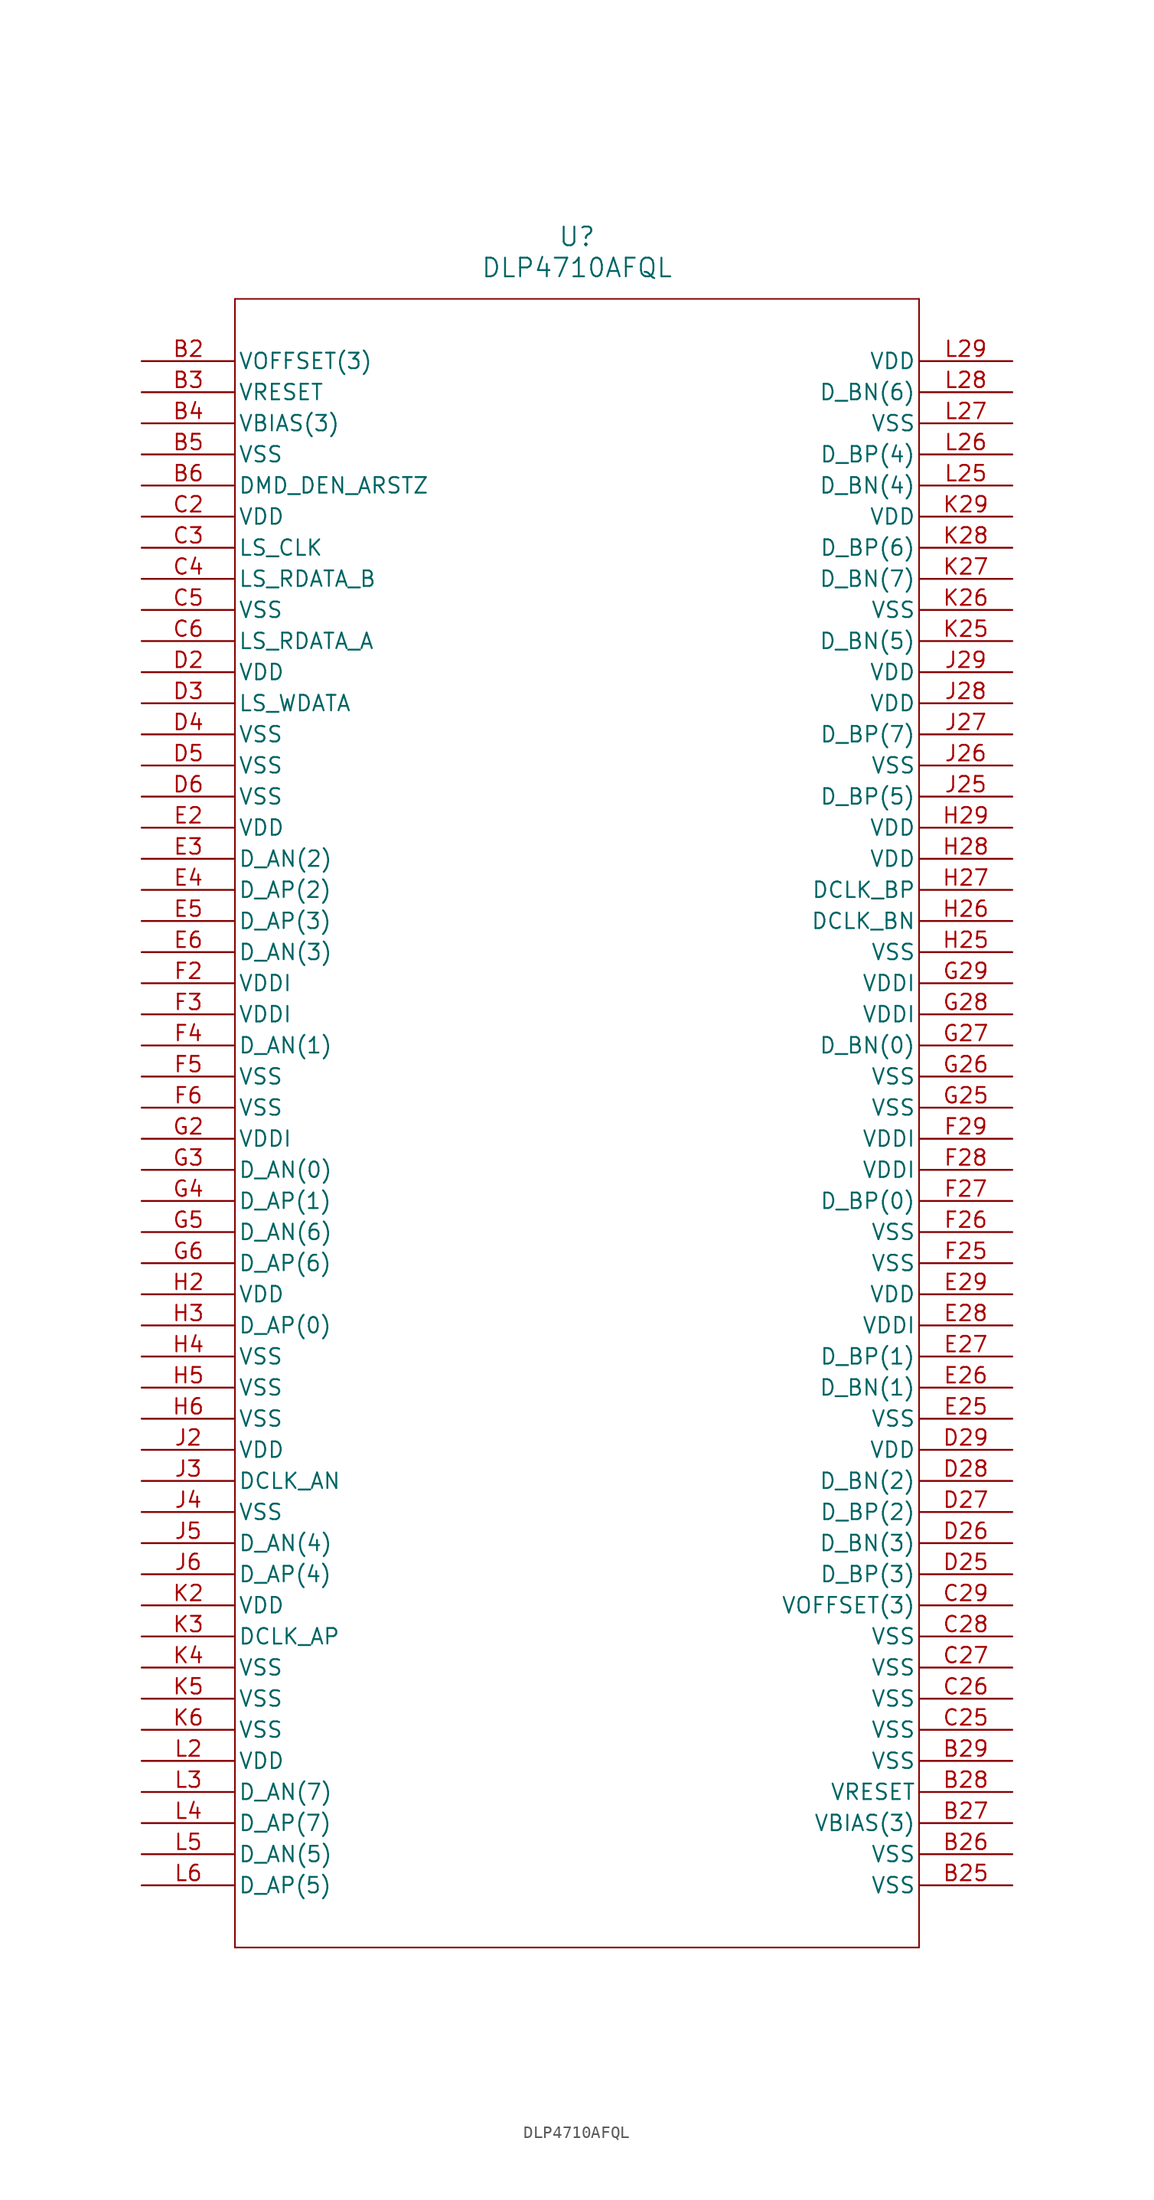
<source format=kicad_sym>
(kicad_symbol_lib
  (version 20211014)
  (generator kicad_symbol_editor)
  (symbol "DLP4710AFQL"
    (pin_names
      (offset 0.254))
    (property "Reference" "U"
      (at 35.56 10.16 0)
      (effects (font (size 1.524 1.524))))
    (property "Value" "DLP4710AFQL"
      (at 35.56 7.62 0)
      (effects (font (size 1.524 1.524))))
    (polyline
      (pts (xy 7.62 5.08) (xy 7.62 -129.54))
      (stroke (width 0.127) (type default) (color 0 0 0 0))
      (fill (type none)))
    (polyline
      (pts (xy 7.62 -129.54) (xy 63.5 -129.54))
      (stroke (width 0.127) (type default) (color 0 0 0 0))
      (fill (type none)))
    (polyline
      (pts (xy 63.5 -129.54) (xy 63.5 5.08))
      (stroke (width 0.127) (type default) (color 0 0 0 0))
      (fill (type none)))
    (polyline
      (pts (xy 63.5 5.08) (xy 7.62 5.08))
      (stroke (width 0.127) (type default) (color 0 0 0 0))
      (fill (type none)))
    (pin power_in line
      (at 0 0 0)
      (length 7.62)
      (name "VOFFSET(3)" (effects (font (size 1.27 1.27))))
      (number "B2" (effects (font (size 1.27 1.27)))))
    (pin power_in line
      (at 0 -2.54 0)
      (length 7.62)
      (name "VRESET" (effects (font (size 1.27 1.27))))
      (number "B3" (effects (font (size 1.27 1.27)))))
    (pin power_in line
      (at 0 -5.08 0)
      (length 7.62)
      (name "VBIAS(3)" (effects (font (size 1.27 1.27))))
      (number "B4" (effects (font (size 1.27 1.27)))))
    (pin power_out line
      (at 0 -7.62 0)
      (length 7.62)
      (name "VSS" (effects (font (size 1.27 1.27))))
      (number "B5" (effects (font (size 1.27 1.27)))))
    (pin input line
      (at 0 -10.16 0)
      (length 7.62)
      (name "DMD_DEN_ARSTZ" (effects (font (size 1.27 1.27))))
      (number "B6" (effects (font (size 1.27 1.27)))))
    (pin power_in line
      (at 0 -12.7 0)
      (length 7.62)
      (name "VDD" (effects (font (size 1.27 1.27))))
      (number "C2" (effects (font (size 1.27 1.27)))))
    (pin input line
      (at 0 -15.24 0)
      (length 7.62)
      (name "LS_CLK" (effects (font (size 1.27 1.27))))
      (number "C3" (effects (font (size 1.27 1.27)))))
    (pin output line
      (at 0 -17.78 0)
      (length 7.62)
      (name "LS_RDATA_B" (effects (font (size 1.27 1.27))))
      (number "C4" (effects (font (size 1.27 1.27)))))
    (pin power_out line
      (at 0 -20.32 0)
      (length 7.62)
      (name "VSS" (effects (font (size 1.27 1.27))))
      (number "C5" (effects (font (size 1.27 1.27)))))
    (pin output line
      (at 0 -22.86 0)
      (length 7.62)
      (name "LS_RDATA_A" (effects (font (size 1.27 1.27))))
      (number "C6" (effects (font (size 1.27 1.27)))))
    (pin power_in line
      (at 0 -25.4 0)
      (length 7.62)
      (name "VDD" (effects (font (size 1.27 1.27))))
      (number "D2" (effects (font (size 1.27 1.27)))))
    (pin input line
      (at 0 -27.94 0)
      (length 7.62)
      (name "LS_WDATA" (effects (font (size 1.27 1.27))))
      (number "D3" (effects (font (size 1.27 1.27)))))
    (pin power_out line
      (at 0 -30.48 0)
      (length 7.62)
      (name "VSS" (effects (font (size 1.27 1.27))))
      (number "D4" (effects (font (size 1.27 1.27)))))
    (pin power_out line
      (at 0 -33.02 0)
      (length 7.62)
      (name "VSS" (effects (font (size 1.27 1.27))))
      (number "D5" (effects (font (size 1.27 1.27)))))
    (pin power_out line
      (at 0 -35.56 0)
      (length 7.62)
      (name "VSS" (effects (font (size 1.27 1.27))))
      (number "D6" (effects (font (size 1.27 1.27)))))
    (pin power_in line
      (at 0 -38.1 0)
      (length 7.62)
      (name "VDD" (effects (font (size 1.27 1.27))))
      (number "E2" (effects (font (size 1.27 1.27)))))
    (pin input line
      (at 0 -40.64 0)
      (length 7.62)
      (name "D_AN(2)" (effects (font (size 1.27 1.27))))
      (number "E3" (effects (font (size 1.27 1.27)))))
    (pin input line
      (at 0 -43.18 0)
      (length 7.62)
      (name "D_AP(2)" (effects (font (size 1.27 1.27))))
      (number "E4" (effects (font (size 1.27 1.27)))))
    (pin input line
      (at 0 -45.72 0)
      (length 7.62)
      (name "D_AP(3)" (effects (font (size 1.27 1.27))))
      (number "E5" (effects (font (size 1.27 1.27)))))
    (pin input line
      (at 0 -48.26 0)
      (length 7.62)
      (name "D_AN(3)" (effects (font (size 1.27 1.27))))
      (number "E6" (effects (font (size 1.27 1.27)))))
    (pin power_in line
      (at 0 -50.8 0)
      (length 7.62)
      (name "VDDI" (effects (font (size 1.27 1.27))))
      (number "F2" (effects (font (size 1.27 1.27)))))
    (pin power_in line
      (at 0 -53.34 0)
      (length 7.62)
      (name "VDDI" (effects (font (size 1.27 1.27))))
      (number "F3" (effects (font (size 1.27 1.27)))))
    (pin input line
      (at 0 -55.88 0)
      (length 7.62)
      (name "D_AN(1)" (effects (font (size 1.27 1.27))))
      (number "F4" (effects (font (size 1.27 1.27)))))
    (pin power_out line
      (at 0 -58.42 0)
      (length 7.62)
      (name "VSS" (effects (font (size 1.27 1.27))))
      (number "F5" (effects (font (size 1.27 1.27)))))
    (pin power_out line
      (at 0 -60.96 0)
      (length 7.62)
      (name "VSS" (effects (font (size 1.27 1.27))))
      (number "F6" (effects (font (size 1.27 1.27)))))
    (pin power_in line
      (at 0 -63.5 0)
      (length 7.62)
      (name "VDDI" (effects (font (size 1.27 1.27))))
      (number "G2" (effects (font (size 1.27 1.27)))))
    (pin input line
      (at 0 -66.04 0)
      (length 7.62)
      (name "D_AN(0)" (effects (font (size 1.27 1.27))))
      (number "G3" (effects (font (size 1.27 1.27)))))
    (pin input line
      (at 0 -68.58 0)
      (length 7.62)
      (name "D_AP(1)" (effects (font (size 1.27 1.27))))
      (number "G4" (effects (font (size 1.27 1.27)))))
    (pin input line
      (at 0 -71.12 0)
      (length 7.62)
      (name "D_AN(6)" (effects (font (size 1.27 1.27))))
      (number "G5" (effects (font (size 1.27 1.27)))))
    (pin input line
      (at 0 -73.66 0)
      (length 7.62)
      (name "D_AP(6)" (effects (font (size 1.27 1.27))))
      (number "G6" (effects (font (size 1.27 1.27)))))
    (pin power_in line
      (at 0 -76.2 0)
      (length 7.62)
      (name "VDD" (effects (font (size 1.27 1.27))))
      (number "H2" (effects (font (size 1.27 1.27)))))
    (pin input line
      (at 0 -78.74 0)
      (length 7.62)
      (name "D_AP(0)" (effects (font (size 1.27 1.27))))
      (number "H3" (effects (font (size 1.27 1.27)))))
    (pin power_out line
      (at 0 -81.28 0)
      (length 7.62)
      (name "VSS" (effects (font (size 1.27 1.27))))
      (number "H4" (effects (font (size 1.27 1.27)))))
    (pin power_out line
      (at 0 -83.82 0)
      (length 7.62)
      (name "VSS" (effects (font (size 1.27 1.27))))
      (number "H5" (effects (font (size 1.27 1.27)))))
    (pin power_out line
      (at 0 -86.36 0)
      (length 7.62)
      (name "VSS" (effects (font (size 1.27 1.27))))
      (number "H6" (effects (font (size 1.27 1.27)))))
    (pin power_in line
      (at 0 -88.9 0)
      (length 7.62)
      (name "VDD" (effects (font (size 1.27 1.27))))
      (number "J2" (effects (font (size 1.27 1.27)))))
    (pin input line
      (at 0 -91.44 0)
      (length 7.62)
      (name "DCLK_AN" (effects (font (size 1.27 1.27))))
      (number "J3" (effects (font (size 1.27 1.27)))))
    (pin power_out line
      (at 0 -93.98 0)
      (length 7.62)
      (name "VSS" (effects (font (size 1.27 1.27))))
      (number "J4" (effects (font (size 1.27 1.27)))))
    (pin input line
      (at 0 -96.52 0)
      (length 7.62)
      (name "D_AN(4)" (effects (font (size 1.27 1.27))))
      (number "J5" (effects (font (size 1.27 1.27)))))
    (pin input line
      (at 0 -99.06 0)
      (length 7.62)
      (name "D_AP(4)" (effects (font (size 1.27 1.27))))
      (number "J6" (effects (font (size 1.27 1.27)))))
    (pin power_in line
      (at 0 -101.6 0)
      (length 7.62)
      (name "VDD" (effects (font (size 1.27 1.27))))
      (number "K2" (effects (font (size 1.27 1.27)))))
    (pin input line
      (at 0 -104.14 0)
      (length 7.62)
      (name "DCLK_AP" (effects (font (size 1.27 1.27))))
      (number "K3" (effects (font (size 1.27 1.27)))))
    (pin power_out line
      (at 0 -106.68 0)
      (length 7.62)
      (name "VSS" (effects (font (size 1.27 1.27))))
      (number "K4" (effects (font (size 1.27 1.27)))))
    (pin power_out line
      (at 0 -109.22 0)
      (length 7.62)
      (name "VSS" (effects (font (size 1.27 1.27))))
      (number "K5" (effects (font (size 1.27 1.27)))))
    (pin power_out line
      (at 0 -111.76 0)
      (length 7.62)
      (name "VSS" (effects (font (size 1.27 1.27))))
      (number "K6" (effects (font (size 1.27 1.27)))))
    (pin power_in line
      (at 0 -114.3 0)
      (length 7.62)
      (name "VDD" (effects (font (size 1.27 1.27))))
      (number "L2" (effects (font (size 1.27 1.27)))))
    (pin input line
      (at 0 -116.84 0)
      (length 7.62)
      (name "D_AN(7)" (effects (font (size 1.27 1.27))))
      (number "L3" (effects (font (size 1.27 1.27)))))
    (pin input line
      (at 0 -119.38 0)
      (length 7.62)
      (name "D_AP(7)" (effects (font (size 1.27 1.27))))
      (number "L4" (effects (font (size 1.27 1.27)))))
    (pin input line
      (at 0 -121.92 0)
      (length 7.62)
      (name "D_AN(5)" (effects (font (size 1.27 1.27))))
      (number "L5" (effects (font (size 1.27 1.27)))))
    (pin input line
      (at 0 -124.46 0)
      (length 7.62)
      (name "D_AP(5)" (effects (font (size 1.27 1.27))))
      (number "L6" (effects (font (size 1.27 1.27)))))
    (pin power_out line
      (at 71.12 -124.46 180)
      (length 7.62)
      (name "VSS" (effects (font (size 1.27 1.27))))
      (number "B25" (effects (font (size 1.27 1.27)))))
    (pin power_out line
      (at 71.12 -121.92 180)
      (length 7.62)
      (name "VSS" (effects (font (size 1.27 1.27))))
      (number "B26" (effects (font (size 1.27 1.27)))))
    (pin power_in line
      (at 71.12 -119.38 180)
      (length 7.62)
      (name "VBIAS(3)" (effects (font (size 1.27 1.27))))
      (number "B27" (effects (font (size 1.27 1.27)))))
    (pin power_in line
      (at 71.12 -116.84 180)
      (length 7.62)
      (name "VRESET" (effects (font (size 1.27 1.27))))
      (number "B28" (effects (font (size 1.27 1.27)))))
    (pin power_out line
      (at 71.12 -114.3 180)
      (length 7.62)
      (name "VSS" (effects (font (size 1.27 1.27))))
      (number "B29" (effects (font (size 1.27 1.27)))))
    (pin power_out line
      (at 71.12 -111.76 180)
      (length 7.62)
      (name "VSS" (effects (font (size 1.27 1.27))))
      (number "C25" (effects (font (size 1.27 1.27)))))
    (pin power_out line
      (at 71.12 -109.22 180)
      (length 7.62)
      (name "VSS" (effects (font (size 1.27 1.27))))
      (number "C26" (effects (font (size 1.27 1.27)))))
    (pin power_out line
      (at 71.12 -106.68 180)
      (length 7.62)
      (name "VSS" (effects (font (size 1.27 1.27))))
      (number "C27" (effects (font (size 1.27 1.27)))))
    (pin power_out line
      (at 71.12 -104.14 180)
      (length 7.62)
      (name "VSS" (effects (font (size 1.27 1.27))))
      (number "C28" (effects (font (size 1.27 1.27)))))
    (pin power_in line
      (at 71.12 -101.6 180)
      (length 7.62)
      (name "VOFFSET(3)" (effects (font (size 1.27 1.27))))
      (number "C29" (effects (font (size 1.27 1.27)))))
    (pin input line
      (at 71.12 -99.06 180)
      (length 7.62)
      (name "D_BP(3)" (effects (font (size 1.27 1.27))))
      (number "D25" (effects (font (size 1.27 1.27)))))
    (pin input line
      (at 71.12 -96.52 180)
      (length 7.62)
      (name "D_BN(3)" (effects (font (size 1.27 1.27))))
      (number "D26" (effects (font (size 1.27 1.27)))))
    (pin input line
      (at 71.12 -93.98 180)
      (length 7.62)
      (name "D_BP(2)" (effects (font (size 1.27 1.27))))
      (number "D27" (effects (font (size 1.27 1.27)))))
    (pin input line
      (at 71.12 -91.44 180)
      (length 7.62)
      (name "D_BN(2)" (effects (font (size 1.27 1.27))))
      (number "D28" (effects (font (size 1.27 1.27)))))
    (pin power_in line
      (at 71.12 -88.9 180)
      (length 7.62)
      (name "VDD" (effects (font (size 1.27 1.27))))
      (number "D29" (effects (font (size 1.27 1.27)))))
    (pin power_out line
      (at 71.12 -86.36 180)
      (length 7.62)
      (name "VSS" (effects (font (size 1.27 1.27))))
      (number "E25" (effects (font (size 1.27 1.27)))))
    (pin input line
      (at 71.12 -83.82 180)
      (length 7.62)
      (name "D_BN(1)" (effects (font (size 1.27 1.27))))
      (number "E26" (effects (font (size 1.27 1.27)))))
    (pin input line
      (at 71.12 -81.28 180)
      (length 7.62)
      (name "D_BP(1)" (effects (font (size 1.27 1.27))))
      (number "E27" (effects (font (size 1.27 1.27)))))
    (pin power_in line
      (at 71.12 -78.74 180)
      (length 7.62)
      (name "VDDI" (effects (font (size 1.27 1.27))))
      (number "E28" (effects (font (size 1.27 1.27)))))
    (pin power_in line
      (at 71.12 -76.2 180)
      (length 7.62)
      (name "VDD" (effects (font (size 1.27 1.27))))
      (number "E29" (effects (font (size 1.27 1.27)))))
    (pin power_out line
      (at 71.12 -73.66 180)
      (length 7.62)
      (name "VSS" (effects (font (size 1.27 1.27))))
      (number "F25" (effects (font (size 1.27 1.27)))))
    (pin power_out line
      (at 71.12 -71.12 180)
      (length 7.62)
      (name "VSS" (effects (font (size 1.27 1.27))))
      (number "F26" (effects (font (size 1.27 1.27)))))
    (pin input line
      (at 71.12 -68.58 180)
      (length 7.62)
      (name "D_BP(0)" (effects (font (size 1.27 1.27))))
      (number "F27" (effects (font (size 1.27 1.27)))))
    (pin power_in line
      (at 71.12 -66.04 180)
      (length 7.62)
      (name "VDDI" (effects (font (size 1.27 1.27))))
      (number "F28" (effects (font (size 1.27 1.27)))))
    (pin power_in line
      (at 71.12 -63.5 180)
      (length 7.62)
      (name "VDDI" (effects (font (size 1.27 1.27))))
      (number "F29" (effects (font (size 1.27 1.27)))))
    (pin power_out line
      (at 71.12 -60.96 180)
      (length 7.62)
      (name "VSS" (effects (font (size 1.27 1.27))))
      (number "G25" (effects (font (size 1.27 1.27)))))
    (pin power_out line
      (at 71.12 -58.42 180)
      (length 7.62)
      (name "VSS" (effects (font (size 1.27 1.27))))
      (number "G26" (effects (font (size 1.27 1.27)))))
    (pin input line
      (at 71.12 -55.88 180)
      (length 7.62)
      (name "D_BN(0)" (effects (font (size 1.27 1.27))))
      (number "G27" (effects (font (size 1.27 1.27)))))
    (pin power_in line
      (at 71.12 -53.34 180)
      (length 7.62)
      (name "VDDI" (effects (font (size 1.27 1.27))))
      (number "G28" (effects (font (size 1.27 1.27)))))
    (pin power_in line
      (at 71.12 -50.8 180)
      (length 7.62)
      (name "VDDI" (effects (font (size 1.27 1.27))))
      (number "G29" (effects (font (size 1.27 1.27)))))
    (pin power_out line
      (at 71.12 -48.26 180)
      (length 7.62)
      (name "VSS" (effects (font (size 1.27 1.27))))
      (number "H25" (effects (font (size 1.27 1.27)))))
    (pin input line
      (at 71.12 -45.72 180)
      (length 7.62)
      (name "DCLK_BN" (effects (font (size 1.27 1.27))))
      (number "H26" (effects (font (size 1.27 1.27)))))
    (pin input line
      (at 71.12 -43.18 180)
      (length 7.62)
      (name "DCLK_BP" (effects (font (size 1.27 1.27))))
      (number "H27" (effects (font (size 1.27 1.27)))))
    (pin power_in line
      (at 71.12 -40.64 180)
      (length 7.62)
      (name "VDD" (effects (font (size 1.27 1.27))))
      (number "H28" (effects (font (size 1.27 1.27)))))
    (pin power_in line
      (at 71.12 -38.1 180)
      (length 7.62)
      (name "VDD" (effects (font (size 1.27 1.27))))
      (number "H29" (effects (font (size 1.27 1.27)))))
    (pin input line
      (at 71.12 -35.56 180)
      (length 7.62)
      (name "D_BP(5)" (effects (font (size 1.27 1.27))))
      (number "J25" (effects (font (size 1.27 1.27)))))
    (pin power_out line
      (at 71.12 -33.02 180)
      (length 7.62)
      (name "VSS" (effects (font (size 1.27 1.27))))
      (number "J26" (effects (font (size 1.27 1.27)))))
    (pin input line
      (at 71.12 -30.48 180)
      (length 7.62)
      (name "D_BP(7)" (effects (font (size 1.27 1.27))))
      (number "J27" (effects (font (size 1.27 1.27)))))
    (pin power_in line
      (at 71.12 -27.94 180)
      (length 7.62)
      (name "VDD" (effects (font (size 1.27 1.27))))
      (number "J28" (effects (font (size 1.27 1.27)))))
    (pin power_in line
      (at 71.12 -25.4 180)
      (length 7.62)
      (name "VDD" (effects (font (size 1.27 1.27))))
      (number "J29" (effects (font (size 1.27 1.27)))))
    (pin input line
      (at 71.12 -22.86 180)
      (length 7.62)
      (name "D_BN(5)" (effects (font (size 1.27 1.27))))
      (number "K25" (effects (font (size 1.27 1.27)))))
    (pin power_out line
      (at 71.12 -20.32 180)
      (length 7.62)
      (name "VSS" (effects (font (size 1.27 1.27))))
      (number "K26" (effects (font (size 1.27 1.27)))))
    (pin input line
      (at 71.12 -17.78 180)
      (length 7.62)
      (name "D_BN(7)" (effects (font (size 1.27 1.27))))
      (number "K27" (effects (font (size 1.27 1.27)))))
    (pin input line
      (at 71.12 -15.24 180)
      (length 7.62)
      (name "D_BP(6)" (effects (font (size 1.27 1.27))))
      (number "K28" (effects (font (size 1.27 1.27)))))
    (pin power_in line
      (at 71.12 -12.7 180)
      (length 7.62)
      (name "VDD" (effects (font (size 1.27 1.27))))
      (number "K29" (effects (font (size 1.27 1.27)))))
    (pin input line
      (at 71.12 -10.16 180)
      (length 7.62)
      (name "D_BN(4)" (effects (font (size 1.27 1.27))))
      (number "L25" (effects (font (size 1.27 1.27)))))
    (pin input line
      (at 71.12 -7.62 180)
      (length 7.62)
      (name "D_BP(4)" (effects (font (size 1.27 1.27))))
      (number "L26" (effects (font (size 1.27 1.27)))))
    (pin power_out line
      (at 71.12 -5.08 180)
      (length 7.62)
      (name "VSS" (effects (font (size 1.27 1.27))))
      (number "L27" (effects (font (size 1.27 1.27)))))
    (pin input line
      (at 71.12 -2.54 180)
      (length 7.62)
      (name "D_BN(6)" (effects (font (size 1.27 1.27))))
      (number "L28" (effects (font (size 1.27 1.27)))))
    (pin power_in line
      (at 71.12 0 180)
      (length 7.62)
      (name "VDD" (effects (font (size 1.27 1.27))))
      (number "L29" (effects (font (size 1.27 1.27)))))))
</source>
